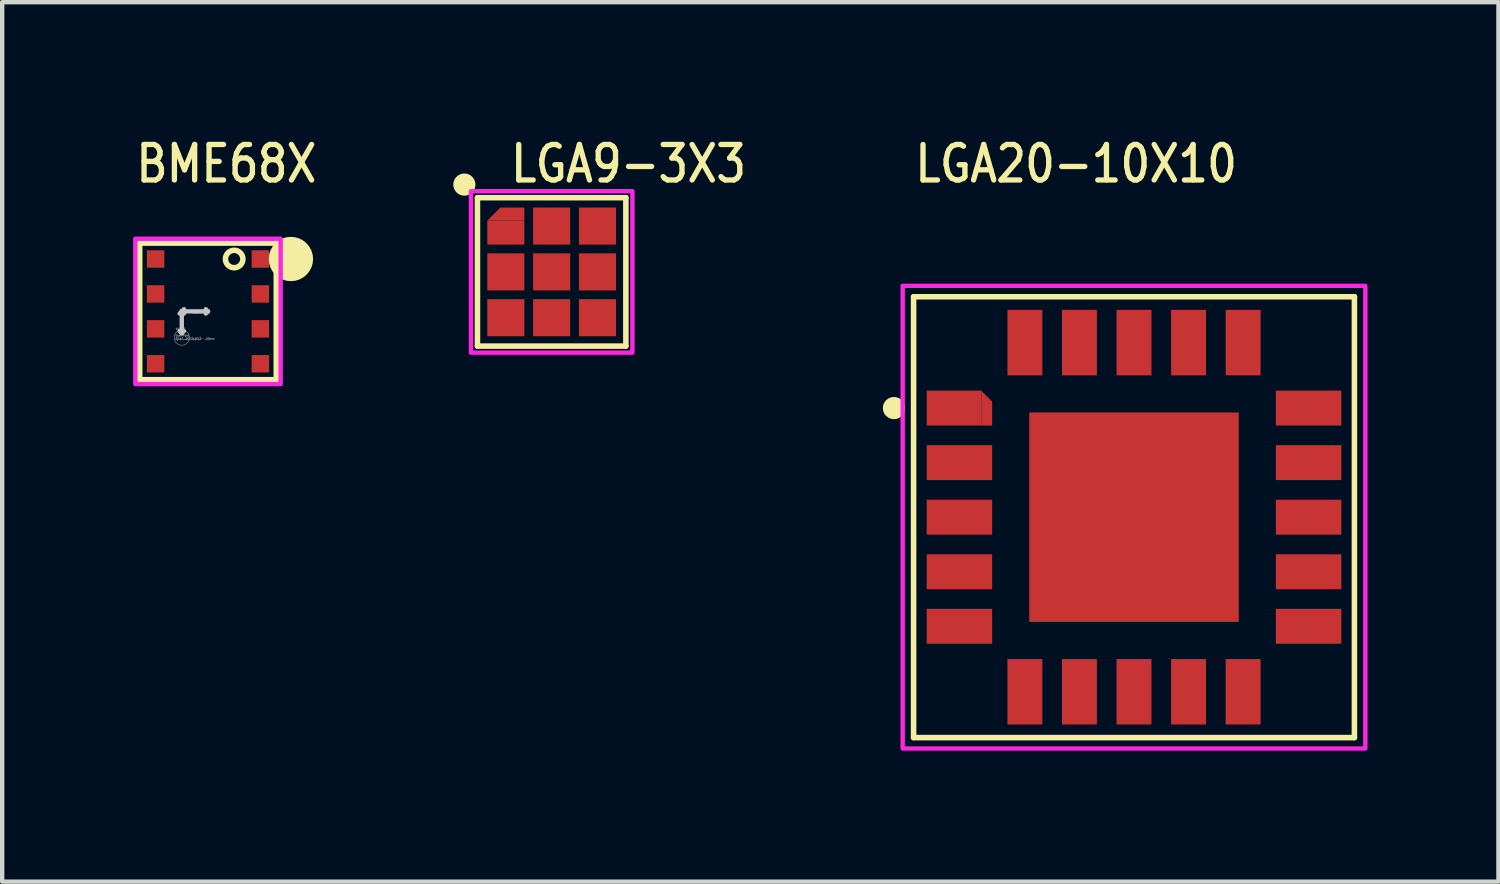
<source format=kicad_pcb>
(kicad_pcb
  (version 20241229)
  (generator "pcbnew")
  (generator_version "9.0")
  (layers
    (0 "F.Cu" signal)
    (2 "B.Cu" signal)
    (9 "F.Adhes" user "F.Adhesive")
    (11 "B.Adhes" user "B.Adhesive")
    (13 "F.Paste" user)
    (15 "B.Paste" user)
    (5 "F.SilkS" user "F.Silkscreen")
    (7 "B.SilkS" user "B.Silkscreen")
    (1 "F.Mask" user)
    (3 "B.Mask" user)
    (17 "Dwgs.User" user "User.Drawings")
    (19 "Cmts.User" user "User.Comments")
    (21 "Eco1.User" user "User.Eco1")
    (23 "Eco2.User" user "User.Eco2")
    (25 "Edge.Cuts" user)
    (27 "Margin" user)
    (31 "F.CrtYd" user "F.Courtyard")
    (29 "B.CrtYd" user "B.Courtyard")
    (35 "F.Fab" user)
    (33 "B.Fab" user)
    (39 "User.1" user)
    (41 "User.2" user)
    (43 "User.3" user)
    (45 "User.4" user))
  (footprint "LGA20-10X10"
    (layer "F.Cu")
    (at 22.931 8.799)
    (property "Reference" "LGA20-10X10" (at -5.08 -7.62 0) (unlocked yes) (layer "F.SilkS") (effects (font (size 0.813 0.695) (thickness 0.122)) (justify left bottom)))
    (fp_poly (pts (xy -3.5 -2.9) (xy -3.25 -2.65) (xy -3.25 -2.1) (xy -3.5 -2.1)) (stroke (width 0) (type solid)) (fill yes) (layer "F.Cu"))
    (fp_poly (pts (xy -4.8 -3) (xy -3.45 -3) (xy -3.15 -2.7) (xy -3.15 -2) (xy -4.85 -2) (xy -4.85 -3)) (stroke (width 0) (type solid)) (fill yes) (layer "F.Mask"))
    (fp_line (start -5.05 -5.05) (end -5.05 5.05) (stroke (width 0.127) (type solid)) (layer "F.SilkS"))
    (fp_line (start -5.05 5.05) (end 5.05 5.05) (stroke (width 0.127) (type solid)) (layer "F.SilkS"))
    (fp_line (start 5.05 -5.05) (end -5.05 -5.05) (stroke (width 0.127) (type solid)) (layer "F.SilkS"))
    (fp_line (start 5.05 5.05) (end 5.05 -5.05) (stroke (width 0.127) (type solid)) (layer "F.SilkS"))
    (fp_circle (center -5.5 -2.5) (end -5.246 -2.5) (stroke (width 0) (type solid)) (fill yes) (layer "F.SilkS"))
    (fp_poly (pts (xy -2.15 -2.15) (xy -0.35 -2.15) (xy -0.35 -0.35) (xy -2.15 -0.35)) (stroke (width 0) (type solid)) (fill yes) (layer "F.Paste"))
    (fp_poly (pts (xy -2.15 0.35) (xy -0.35 0.35) (xy -0.35 2.15) (xy -2.15 2.15)) (stroke (width 0) (type solid)) (fill yes) (layer "F.Paste"))
    (fp_poly (pts (xy 0.35 -2.15) (xy 2.15 -2.15) (xy 2.15 -0.35) (xy 0.35 -0.35)) (stroke (width 0) (type solid)) (fill yes) (layer "F.Paste"))
    (fp_poly (pts (xy 0.35 0.35) (xy 2.15 0.35) (xy 2.15 2.15) (xy 0.35 2.15)) (stroke (width 0) (type solid)) (fill yes) (layer "F.Paste"))
    (fp_poly (pts (xy -4.75 -2.9) (xy -3.5 -2.9) (xy -3.25 -2.65) (xy -3.25 -2.1) (xy -4.75 -2.1)) (stroke (width 0) (type solid)) (fill yes) (layer "F.Paste"))
    (fp_poly (pts (xy -5.3 -5.3) (xy -5.3 5.3) (xy 5.3 5.3) (xy 5.3 -5.3)) (stroke (width 0.1) (type solid)) (fill no) (layer "F.CrtYd"))
    (pad "1" smd rect (at -4.125 -2.5) (size 1.25 0.8) (layers "F.Cu"))
    (pad "2" smd rect (at -4 -1.25) (size 1.5 0.8) (layers "F.Cu" "F.Mask" "F.Paste"))
    (pad "3" smd rect (at -4 0) (size 1.5 0.8) (layers "F.Cu" "F.Mask" "F.Paste"))
    (pad "4" smd rect (at -4 1.25) (size 1.5 0.8) (layers "F.Cu" "F.Mask" "F.Paste"))
    (pad "5" smd rect (at -4 2.5) (size 1.5 0.8) (layers "F.Cu" "F.Mask" "F.Paste"))
    (pad "6" smd rect (at -2.5 4) (size 0.8 1.5) (layers "F.Cu" "F.Mask" "F.Paste"))
    (pad "7" smd rect (at -1.25 4) (size 0.8 1.5) (layers "F.Cu" "F.Mask" "F.Paste"))
    (pad "8" smd rect (at 0 4) (size 0.8 1.5) (layers "F.Cu" "F.Mask" "F.Paste"))
    (pad "9" smd rect (at 1.25 4) (size 0.8 1.5) (layers "F.Cu" "F.Mask" "F.Paste"))
    (pad "10" smd rect (at 2.5 4) (size 0.8 1.5) (layers "F.Cu" "F.Mask" "F.Paste"))
    (pad "11" smd rect (at 4 2.5) (size 1.5 0.8) (layers "F.Cu" "F.Mask" "F.Paste"))
    (pad "12" smd rect (at 4 1.25) (size 1.5 0.8) (layers "F.Cu" "F.Mask" "F.Paste"))
    (pad "13" smd rect (at 4 0) (size 1.5 0.8) (layers "F.Cu" "F.Mask" "F.Paste"))
    (pad "14" smd rect (at 4 -1.25) (size 1.5 0.8) (layers "F.Cu" "F.Mask" "F.Paste"))
    (pad "15" smd rect (at 4 -2.5) (size 1.5 0.8) (layers "F.Cu" "F.Mask" "F.Paste"))
    (pad "16" smd rect (at 2.5 -4) (size 0.8 1.5) (layers "F.Cu" "F.Mask" "F.Paste"))
    (pad "17" smd rect (at 1.25 -4) (size 0.8 1.5) (layers "F.Cu" "F.Mask" "F.Paste"))
    (pad "18" smd rect (at 0 -4) (size 0.8 1.5) (layers "F.Cu" "F.Mask" "F.Paste"))
    (pad "19" smd rect (at -1.25 -4) (size 0.8 1.5) (layers "F.Cu" "F.Mask" "F.Paste"))
    (pad "20" smd rect (at -2.5 -4) (size 0.8 1.5) (layers "F.Cu" "F.Mask" "F.Paste"))
    (pad "21" smd rect (at 0 0) (size 4.8 4.8) (layers "F.Cu" "F.Mask")))
  (footprint "LGA9-3X3"
    (layer "F.Cu")
    (at 9.589 3.179)
    (property "Reference" "LGA9-3X3" (at -1 -2 0) (unlocked yes) (layer "F.SilkS") (effects (font (size 0.813 0.695) (thickness 0.122)) (justify left bottom)))
    (fp_poly (pts (xy -1.475 -1.175) (xy -0.625 -1.175) (xy -0.625 -1.475) (xy -1.175 -1.475)) (stroke (width 0) (type solid)) (fill yes) (layer "F.Cu"))
    (fp_poly (pts (xy -1.575 -1.275) (xy -0.525 -1.275) (xy -0.525 -1.575) (xy -1.275 -1.575)) (stroke (width 0) (type solid)) (fill yes) (layer "F.Mask"))
    (fp_line (start -1.7 -1.7) (end -1.7 1.7) (stroke (width 0.127) (type solid)) (layer "F.SilkS"))
    (fp_line (start -1.7 1.7) (end 1.7 1.7) (stroke (width 0.127) (type solid)) (layer "F.SilkS"))
    (fp_line (start 1.7 -1.7) (end -1.7 -1.7) (stroke (width 0.127) (type solid)) (layer "F.SilkS"))
    (fp_line (start 1.7 1.7) (end 1.7 -1.7) (stroke (width 0.127) (type solid)) (layer "F.SilkS"))
    (fp_circle (center -2 -2) (end -1.746 -2) (stroke (width 0) (type solid)) (fill yes) (layer "F.SilkS"))
    (fp_poly (pts (xy -1.475 -1.175) (xy -0.625 -1.175) (xy -0.625 -1.475) (xy -1.175 -1.475)) (stroke (width 0) (type solid)) (fill yes) (layer "F.Paste"))
    (fp_poly (pts (xy -1.85 -1.85) (xy 1.85 -1.85) (xy 1.85 1.85) (xy -1.85 1.85)) (stroke (width 0.1) (type solid)) (fill no) (layer "F.CrtYd"))
    (pad "1" smd rect (at -1.05 -0.9) (size 0.85 0.55) (layers "F.Cu" "F.Mask" "F.Paste"))
    (pad "2" smd rect (at -1.05 0) (size 0.85 0.85) (layers "F.Cu" "F.Mask" "F.Paste"))
    (pad "3" smd rect (at -1.05 1.05) (size 0.85 0.85) (layers "F.Cu" "F.Mask" "F.Paste"))
    (pad "4" smd rect (at 0 1.05) (size 0.85 0.85) (layers "F.Cu" "F.Mask" "F.Paste"))
    (pad "5" smd rect (at 1.05 1.05) (size 0.85 0.85) (layers "F.Cu" "F.Mask" "F.Paste"))
    (pad "6" smd rect (at 1.05 0) (size 0.85 0.85) (layers "F.Cu" "F.Mask" "F.Paste"))
    (pad "7" smd rect (at 1.05 -1.05) (size 0.85 0.85) (layers "F.Cu" "F.Mask" "F.Paste"))
    (pad "8" smd rect (at 0 -1.05) (size 0.85 0.85) (layers "F.Cu" "F.Mask" "F.Paste"))
    (pad "9" smd rect (at 0 0) (size 0.85 0.85) (layers "F.Cu" "F.Mask" "F.Paste")))
  (footprint "BME68X"
    (layer "F.Cu")
    (at 1.715 4.084)
    (property "Reference" "BME68X" (at -1.71 -2.905 0) (unlocked yes) (layer "F.SilkS") (effects (font (size 0.813 0.695) (thickness 0.122)) (justify left bottom)))
    (fp_line (start -1.565 -1.565) (end 1.565 -1.565) (stroke (width 0.127) (type solid)) (layer "F.SilkS"))
    (fp_line (start -1.565 1.565) (end -1.565 -1.565) (stroke (width 0.127) (type solid)) (layer "F.SilkS"))
    (fp_line (start 1.565 -1.565) (end 1.565 1.565) (stroke (width 0.127) (type solid)) (layer "F.SilkS"))
    (fp_line (start 1.565 1.565) (end -1.565 1.565) (stroke (width 0.127) (type solid)) (layer "F.SilkS"))
    (fp_circle (center 0.6 -1.2) (end 0.8 -1.2) (stroke (width 0.127) (type solid)) (fill no) (layer "F.SilkS"))
    (fp_circle (center 1.9 -1.2) (end 1.9 -1.2) (stroke (width 0.508) (type solid)) (fill no) (layer "F.SilkS"))
    (fp_line (start -0.6 0) (end -0.65 0.05) (stroke (width 0.1) (type solid)) (layer "Dwgs.User"))
    (fp_line (start -0.6 0) (end -0.6 0.5) (stroke (width 0.1) (type solid)) (layer "Dwgs.User"))
    (fp_line (start -0.6 0) (end -0.55 -0.05) (stroke (width 0.1) (type solid)) (layer "Dwgs.User"))
    (fp_line (start -0.6 0) (end -0.55 0.05) (stroke (width 0.1) (type solid)) (layer "Dwgs.User"))
    (fp_line (start -0.6 0.5) (end -0.65 0.45) (stroke (width 0.1) (type solid)) (layer "Dwgs.User"))
    (fp_line (start -0.6 0.5) (end -0.55 0.45) (stroke (width 0.1) (type solid)) (layer "Dwgs.User"))
    (fp_line (start 0 0) (end -0.6 0) (stroke (width 0.1) (type solid)) (layer "Dwgs.User"))
    (fp_line (start 0 0) (end -0.05 -0.05) (stroke (width 0.1) (type solid)) (layer "Dwgs.User"))
    (fp_line (start 0 0) (end -0.05 0.05) (stroke (width 0.1) (type solid)) (layer "Dwgs.User"))
    (fp_circle (center -0.6 0.6) (end -0.425 0.6) (stroke (width 0.01) (type solid)) (fill no) (layer "Dwgs.User"))
    (fp_poly (pts (xy -1.665 -1.665) (xy 1.665 -1.665) (xy 1.665 1.665) (xy -1.665 1.665)) (stroke (width 0.1) (type solid)) (fill no) (layer "F.CrtYd"))
    (fp_text user "0.6mm" (at -0.52 0.37 180) (unlocked yes) (layer "Dwgs.User") (effects (font (size 0.05 0.043) (thickness 0.007)) (justify left bottom)))
    (fp_text user "Vent Hole\nÃƒÂ¢Ã…â€™Ã¢â€šÂ¬ .35mm" (at -0.75 0.66 0) (unlocked yes) (layer "Dwgs.User") (effects (font (size 0.05 0.043) (thickness 0.007)) (justify left bottom)))
    (fp_text user "0.6mm" (at -0.35 0.06 0) (unlocked yes) (layer "Dwgs.User") (effects (font (size 0.05 0.043) (thickness 0.007)) (justify left bottom)))
    (pad "1" smd rect (at 1.2 -1.2) (size 0.4 0.4) (layers "F.Cu" "F.Mask" "F.Paste"))
    (pad "2" smd rect (at 1.2 -0.4) (size 0.4 0.4) (layers "F.Cu" "F.Mask" "F.Paste"))
    (pad "3" smd rect (at 1.2 0.4) (size 0.4 0.4) (layers "F.Cu" "F.Mask" "F.Paste"))
    (pad "4" smd rect (at 1.2 1.2) (size 0.4 0.4) (layers "F.Cu" "F.Mask" "F.Paste"))
    (pad "5" smd rect (at -1.2 1.2) (size 0.4 0.4) (layers "F.Cu" "F.Mask" "F.Paste"))
    (pad "6" smd rect (at -1.2 0.4) (size 0.4 0.4) (layers "F.Cu" "F.Mask" "F.Paste"))
    (pad "7" smd rect (at -1.2 -0.4) (size 0.4 0.4) (layers "F.Cu" "F.Mask" "F.Paste"))
    (pad "8" smd rect (at -1.2 -1.2) (size 0.4 0.4) (layers "F.Cu" "F.Mask" "F.Paste")))
  (gr_rect
    (start -3 -3)
    (end 31.281 17.149)
    (stroke (width 0.1) (type default))
    (fill no)
    (layer "Edge.Cuts")))
</source>
